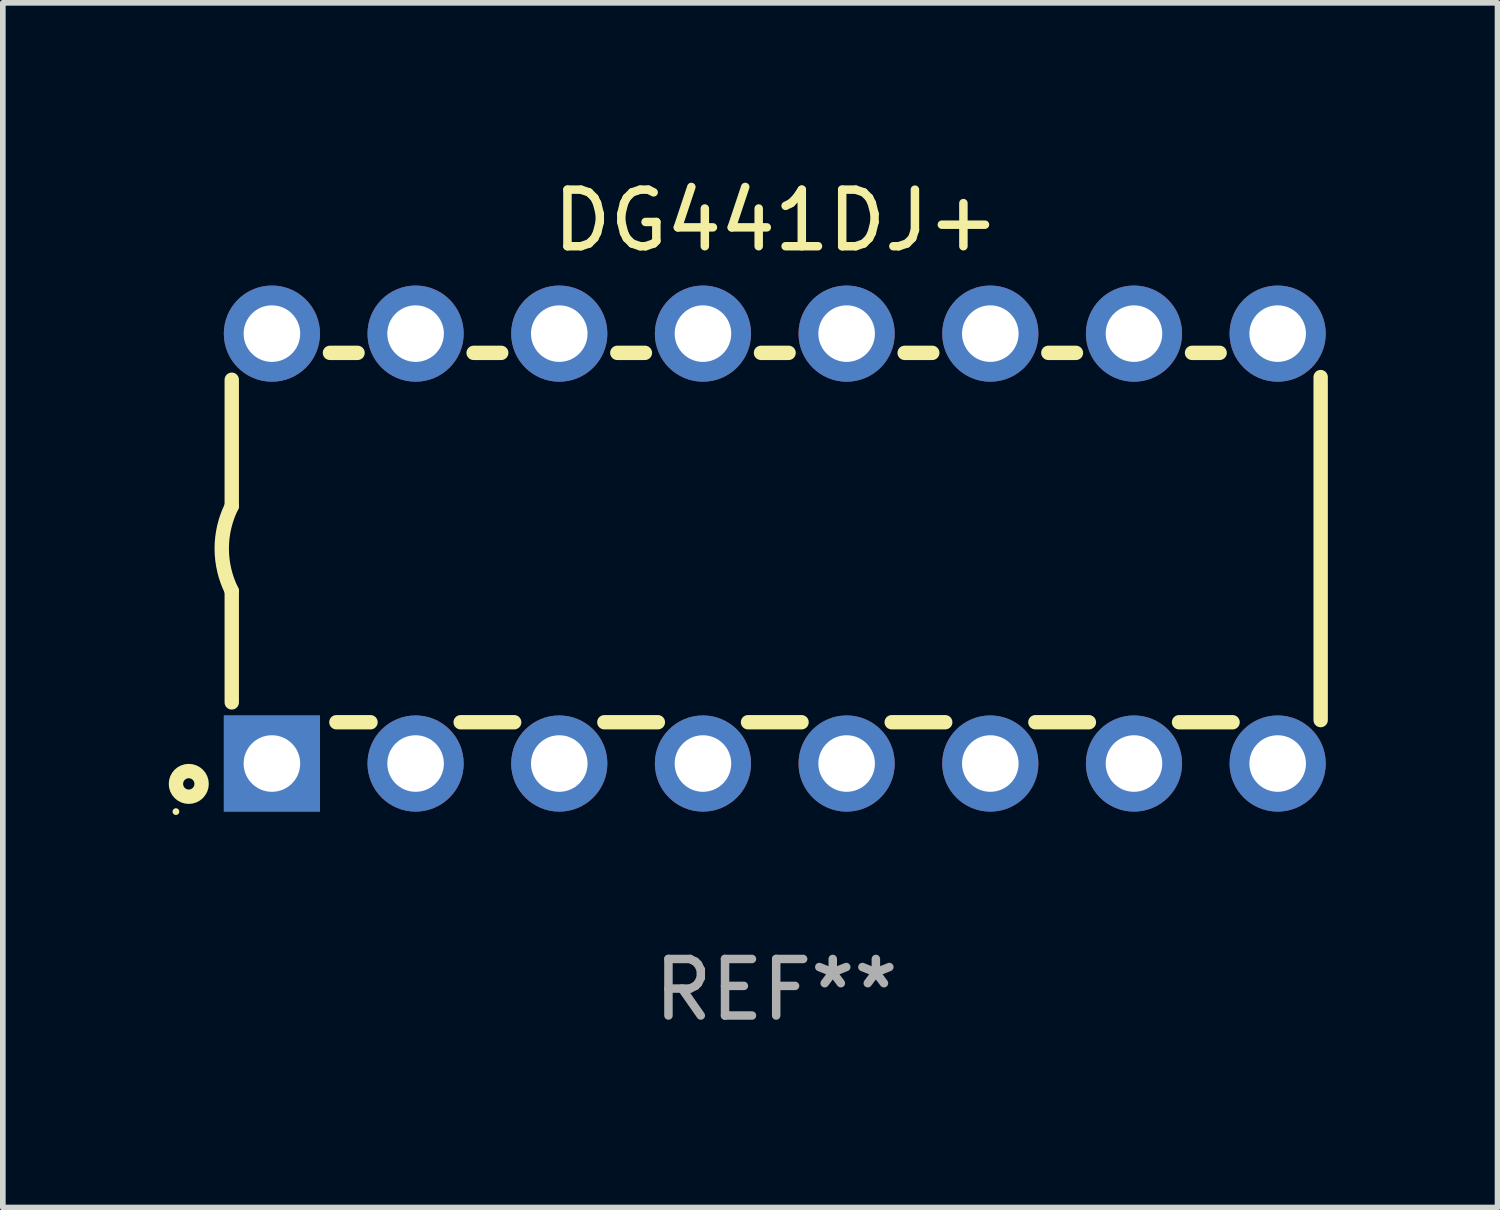
<source format=kicad_pcb>
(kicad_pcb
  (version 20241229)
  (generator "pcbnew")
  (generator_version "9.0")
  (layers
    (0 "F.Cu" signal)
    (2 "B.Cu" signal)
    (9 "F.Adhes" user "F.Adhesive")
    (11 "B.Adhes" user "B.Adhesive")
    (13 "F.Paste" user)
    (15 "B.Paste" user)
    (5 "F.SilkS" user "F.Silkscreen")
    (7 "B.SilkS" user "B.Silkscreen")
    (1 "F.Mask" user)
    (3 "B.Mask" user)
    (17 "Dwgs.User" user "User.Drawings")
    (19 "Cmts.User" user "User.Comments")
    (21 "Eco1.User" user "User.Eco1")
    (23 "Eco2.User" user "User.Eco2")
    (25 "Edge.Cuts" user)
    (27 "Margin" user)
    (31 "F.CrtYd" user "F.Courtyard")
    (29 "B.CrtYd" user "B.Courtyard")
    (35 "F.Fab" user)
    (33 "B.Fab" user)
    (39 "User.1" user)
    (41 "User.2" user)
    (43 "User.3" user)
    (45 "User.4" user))
  (footprint "DG441DJ+"
    (layer "F.Cu")
    (at 10.672 6.648)
    (property "Reference" "DG441DJ+" (at 0 -5.8 0) (layer "F.SilkS") (effects (font (size 1 1) (thickness 0.15))))
    (attr through_hole)
    (fp_line (start -9.625 -0.75) (end -9.625 -2.985) (stroke (width 0.254) (type solid)) (layer "F.SilkS"))
    (fp_line (start -9.625 0.749) (end -9.625 2.719) (stroke (width 0.254) (type solid)) (layer "F.SilkS"))
    (fp_line (start -7.889 -3.46) (end -7.401 -3.46) (stroke (width 0.254) (type solid)) (layer "F.SilkS"))
    (fp_line (start -7.775 3.07) (end -7.172 3.07) (stroke (width 0.254) (type solid)) (layer "F.SilkS"))
    (fp_line (start -5.578 3.07) (end -4.632 3.07) (stroke (width 0.254) (type solid)) (layer "F.SilkS"))
    (fp_line (start -5.349 -3.46) (end -4.861 -3.46) (stroke (width 0.254) (type solid)) (layer "F.SilkS"))
    (fp_line (start -3.038 3.07) (end -2.092 3.07) (stroke (width 0.254) (type solid)) (layer "F.SilkS"))
    (fp_line (start -2.809 -3.46) (end -2.321 -3.46) (stroke (width 0.254) (type solid)) (layer "F.SilkS"))
    (fp_line (start -0.498 3.07) (end 0.448 3.07) (stroke (width 0.254) (type solid)) (layer "F.SilkS"))
    (fp_line (start -0.269 -3.46) (end 0.219 -3.46) (stroke (width 0.254) (type solid)) (layer "F.SilkS"))
    (fp_line (start 2.042 3.07) (end 2.988 3.07) (stroke (width 0.254) (type solid)) (layer "F.SilkS"))
    (fp_line (start 2.271 -3.46) (end 2.759 -3.46) (stroke (width 0.254) (type solid)) (layer "F.SilkS"))
    (fp_line (start 4.582 3.07) (end 5.528 3.07) (stroke (width 0.254) (type solid)) (layer "F.SilkS"))
    (fp_line (start 4.811 -3.46) (end 5.299 -3.46) (stroke (width 0.254) (type solid)) (layer "F.SilkS"))
    (fp_line (start 7.122 3.07) (end 8.068 3.07) (stroke (width 0.254) (type solid)) (layer "F.SilkS"))
    (fp_line (start 7.351 -3.46) (end 7.839 -3.46) (stroke (width 0.254) (type solid)) (layer "F.SilkS"))
    (fp_line (start 9.625 3.032) (end 9.625 -3.032) (stroke (width 0.254) (type solid)) (layer "F.SilkS"))
    (fp_arc (start -9.62498 0.748819) (mid -9.801899 -0.000581) (end -9.625006 -0.749987) (stroke (width 0.254001) (type solid)) (layer "F.SilkS"))
    (fp_circle (center -10.612 4.65) (end -10.582 4.65) (stroke (width 0.06) (type solid)) (fill no) (layer "F.SilkS"))
    (fp_circle (center -10.385 4.16) (end -10.285 4.16) (stroke (width 0.254) (type solid)) (fill no) (layer "F.SilkS"))
    (fp_text user "REF**" (at 0 7.8 0) (layer "F.Fab") (effects (font (size 1 1) (thickness 0.15))))
    (pad "1" thru_hole rect (at -8.915 3.8 90) (size 1.7 1.7) (drill 1) (layers "*.Cu" "*.Mask"))
    (pad "2" thru_hole circle (at -6.375 3.8) (size 1.7 1.7) (drill 1) (layers "*.Cu" "*.Mask"))
    (pad "3" thru_hole circle (at -3.835 3.8) (size 1.7 1.7) (drill 1) (layers "*.Cu" "*.Mask"))
    (pad "4" thru_hole circle (at -1.295 3.8) (size 1.7 1.7) (drill 1) (layers "*.Cu" "*.Mask"))
    (pad "5" thru_hole circle (at 1.245 3.8) (size 1.7 1.7) (drill 1) (layers "*.Cu" "*.Mask"))
    (pad "6" thru_hole circle (at 3.785 3.8) (size 1.7 1.7) (drill 1) (layers "*.Cu" "*.Mask"))
    (pad "7" thru_hole circle (at 6.325 3.8) (size 1.7 1.7) (drill 1) (layers "*.Cu" "*.Mask"))
    (pad "8" thru_hole circle (at 8.865 3.8) (size 1.7 1.7) (drill 1) (layers "*.Cu" "*.Mask"))
    (pad "9" thru_hole circle (at 8.865 -3.8) (size 1.7 1.7) (drill 1) (layers "*.Cu" "*.Mask"))
    (pad "10" thru_hole circle (at 6.325 -3.8) (size 1.7 1.7) (drill 1) (layers "*.Cu" "*.Mask"))
    (pad "11" thru_hole circle (at 3.785 -3.8) (size 1.7 1.7) (drill 1) (layers "*.Cu" "*.Mask"))
    (pad "12" thru_hole circle (at 1.245 -3.8) (size 1.7 1.7) (drill 1) (layers "*.Cu" "*.Mask"))
    (pad "13" thru_hole circle (at -1.295 -3.8) (size 1.7 1.7) (drill 1) (layers "*.Cu" "*.Mask"))
    (pad "14" thru_hole circle (at -3.835 -3.8) (size 1.7 1.7) (drill 1) (layers "*.Cu" "*.Mask"))
    (pad "15" thru_hole circle (at -6.375 -3.8) (size 1.7 1.7) (drill 1) (layers "*.Cu" "*.Mask"))
    (pad "16" thru_hole circle (at -8.915 -3.8) (size 1.7 1.7) (drill 1) (layers "*.Cu" "*.Mask")))
  (gr_rect
    (start -3 -3)
    (end 23.424 18.297)
    (stroke (width 0.1) (type default))
    (fill no)
    (layer "Edge.Cuts")))
</source>
